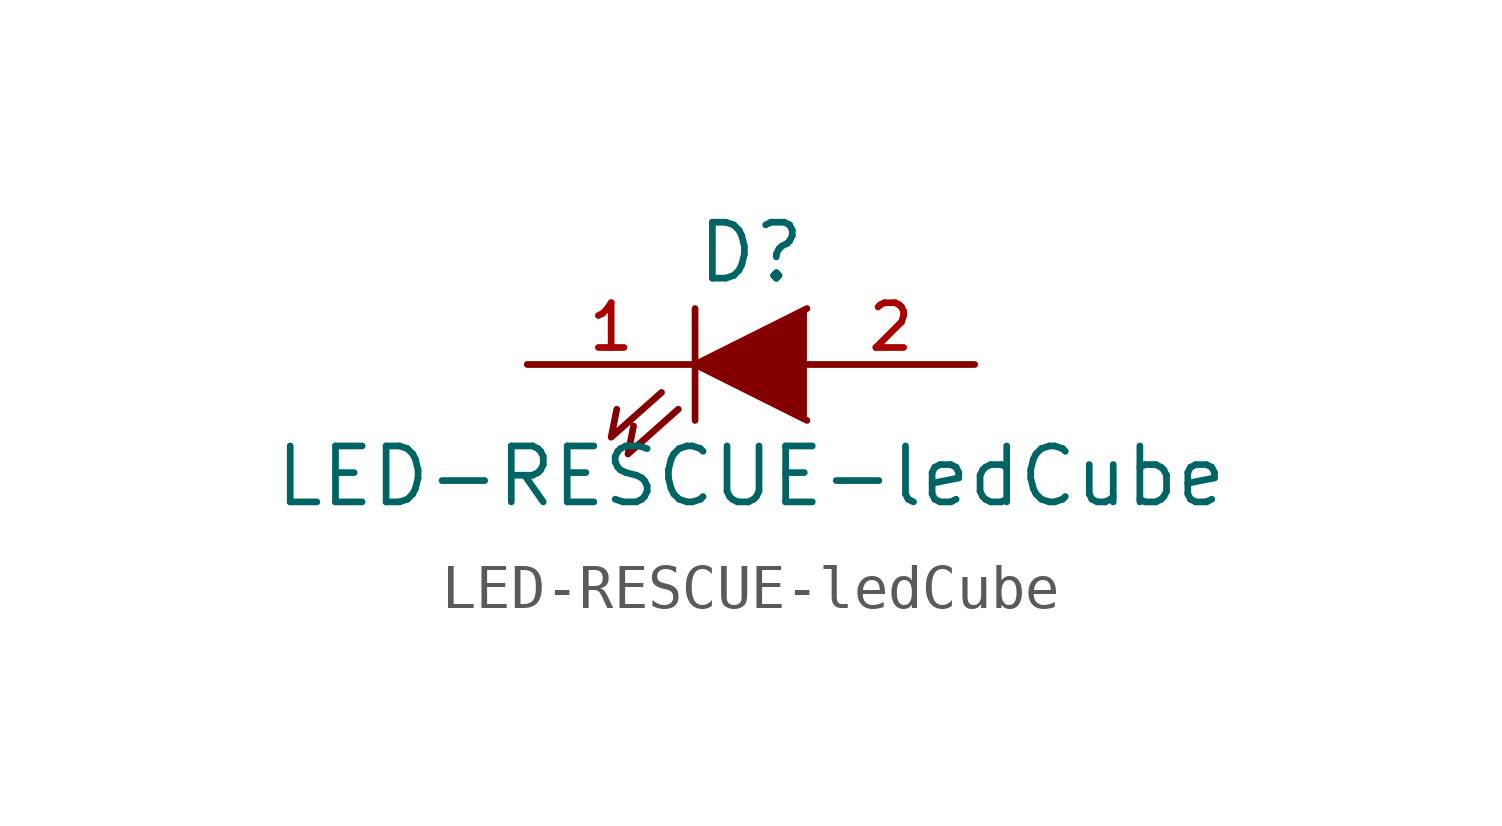
<source format=kicad_sym>
(kicad_symbol_lib
  (version 20241209)
  (generator "kicad_symbol_editor")
  (generator_version "9.0")
  (symbol "LED-RESCUE-ledCube"
    (pin_names
      (offset 1.016)
      (hide yes))
    (property "Reference" "D"
      (at 0 2.54 0)
      (effects (font (size 1.27 1.27))))
    (property "Value" "LED-RESCUE-ledCube"
      (at 0 -2.54 0)
      (effects (font (size 1.27 1.27))))
    (property "Footprint" ""
      (at 0 0 0)
      (effects (font (size 1.27 1.27))))
    (property "Datasheet" ""
      (at 0 0 0)
      (effects (font (size 1.27 1.27))))
    (symbol "LED-RESCUE-ledCube_0_1"
      (polyline (pts (xy -2.032 -0.635) (xy -3.175 -1.651) (xy -3.048 -1.016)) (stroke (width 0) (type solid)) (fill (type none)))
      (polyline (pts (xy -1.651 -1.016) (xy -2.794 -2.032) (xy -2.667 -1.397)) (stroke (width 0) (type solid)) (fill (type none)))
      (polyline (pts (xy -1.27 1.27) (xy -1.27 -1.27)) (stroke (width 0) (type solid)) (fill (type none)))
      (polyline (pts (xy 1.27 1.27) (xy -1.27 0) (xy 1.27 -1.27)) (stroke (width 0) (type solid)) (fill (type outline))))
    (symbol "LED-RESCUE-ledCube_1_1"
      (pin passive line (at -5.08 0 0) (length 3.81) (name "K" (effects (font (size 1.016 1.016)))) (number "1" (effects (font (size 1.016 1.016)))))
      (pin passive line (at 5.08 0 180) (length 3.81) (name "A" (effects (font (size 1.016 1.016)))) (number "2" (effects (font (size 1.016 1.016))))))))
</source>
